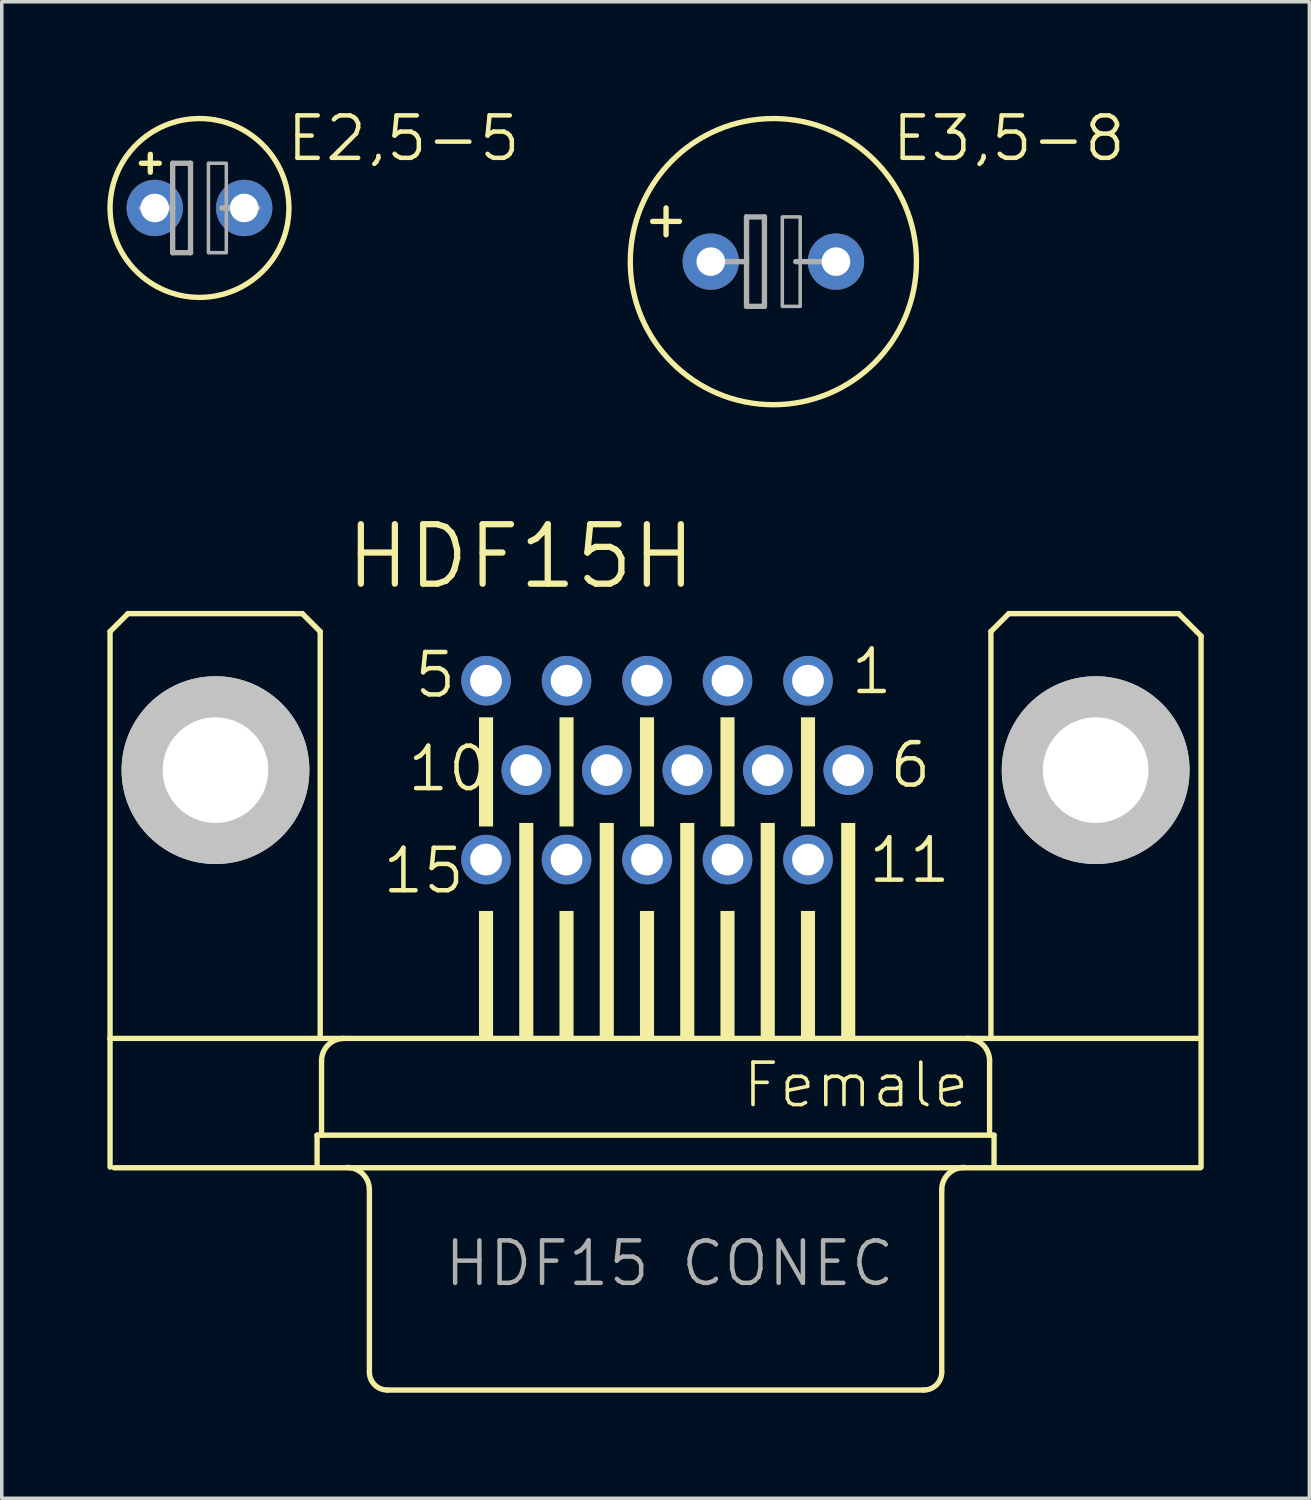
<source format=kicad_pcb>
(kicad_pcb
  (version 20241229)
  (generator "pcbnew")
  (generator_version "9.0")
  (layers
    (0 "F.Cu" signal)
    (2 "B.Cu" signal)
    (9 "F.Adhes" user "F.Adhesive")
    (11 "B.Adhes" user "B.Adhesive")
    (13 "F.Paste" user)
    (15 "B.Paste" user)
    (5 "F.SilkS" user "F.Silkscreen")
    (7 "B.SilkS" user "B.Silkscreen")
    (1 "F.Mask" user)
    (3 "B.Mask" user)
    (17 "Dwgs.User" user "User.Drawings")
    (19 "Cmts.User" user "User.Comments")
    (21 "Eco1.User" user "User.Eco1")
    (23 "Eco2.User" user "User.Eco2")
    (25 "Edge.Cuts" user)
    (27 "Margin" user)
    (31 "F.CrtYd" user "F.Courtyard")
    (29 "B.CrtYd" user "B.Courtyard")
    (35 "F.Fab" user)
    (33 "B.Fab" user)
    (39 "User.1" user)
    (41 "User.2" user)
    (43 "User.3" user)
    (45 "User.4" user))
  (footprint "HDF15H"
    (layer "F.Cu")
    (at 15.57 18.824)
    (property "Reference" "HDF15H" (at -8.89 -5.08 0) (layer "F.SilkS") (effects (font (size 1.689 1.689) (thickness 0.178)) (justify left bottom)))
    (attr through_hole)
    (fp_line (start -15.494 -3.937) (end -15.494 7.62) (stroke (width 0.152) (type solid)) (layer "F.SilkS"))
    (fp_line (start -15.494 11.276) (end -15.494 7.62) (stroke (width 0.152) (type solid)) (layer "F.SilkS"))
    (fp_line (start -14.986 -4.445) (end -15.494 -3.937) (stroke (width 0.152) (type solid)) (layer "F.SilkS"))
    (fp_line (start -10.033 -4.445) (end -14.986 -4.445) (stroke (width 0.152) (type solid)) (layer "F.SilkS"))
    (fp_line (start -9.614 10.368) (end -9.614 11.276) (stroke (width 0.152) (type solid)) (layer "F.SilkS"))
    (fp_line (start -9.525 -3.937) (end -10.033 -4.445) (stroke (width 0.152) (type solid)) (layer "F.SilkS"))
    (fp_line (start -9.525 -3.937) (end -9.525 7.62) (stroke (width 0.152) (type solid)) (layer "F.SilkS"))
    (fp_line (start -9.487 8.255) (end -9.487 10.368) (stroke (width 0.152) (type solid)) (layer "F.SilkS"))
    (fp_line (start -9.487 10.368) (end -9.614 10.368) (stroke (width 0.152) (type solid)) (layer "F.SilkS"))
    (fp_line (start -8.128 11.919) (end -8.128 17.099) (stroke (width 0.152) (type solid)) (layer "F.SilkS"))
    (fp_line (start 7.62 17.607) (end -7.62 17.607) (stroke (width 0.152) (type solid)) (layer "F.SilkS"))
    (fp_line (start 8.128 11.919) (end 8.128 17.099) (stroke (width 0.152) (type solid)) (layer "F.SilkS"))
    (fp_line (start 9.487 8.255) (end 9.487 10.368) (stroke (width 0.152) (type solid)) (layer "F.SilkS"))
    (fp_line (start 9.487 10.368) (end -9.487 10.368) (stroke (width 0.152) (type solid)) (layer "F.SilkS"))
    (fp_line (start 9.525 -3.937) (end 9.525 7.62) (stroke (width 0.152) (type solid)) (layer "F.SilkS"))
    (fp_line (start 9.614 10.368) (end 9.487 10.368) (stroke (width 0.152) (type solid)) (layer "F.SilkS"))
    (fp_line (start 9.614 10.368) (end 9.614 11.276) (stroke (width 0.152) (type solid)) (layer "F.SilkS"))
    (fp_line (start 10.033 -4.445) (end 9.525 -3.937) (stroke (width 0.152) (type solid)) (layer "F.SilkS"))
    (fp_line (start 10.033 -4.445) (end 14.859 -4.445) (stroke (width 0.152) (type solid)) (layer "F.SilkS"))
    (fp_line (start 14.859 -4.445) (end 15.494 -3.81) (stroke (width 0.152) (type solid)) (layer "F.SilkS"))
    (fp_line (start 15.475 7.62) (end -15.494 7.62) (stroke (width 0.152) (type solid)) (layer "F.SilkS"))
    (fp_line (start 15.476 11.294) (end -15.38 11.294) (stroke (width 0.152) (type solid)) (layer "F.SilkS"))
    (fp_line (start 15.494 -3.81) (end 15.494 11.276) (stroke (width 0.152) (type solid)) (layer "F.SilkS"))
    (fp_arc (start -9.487 8.255) (mid -9.301013 7.805987) (end -8.852 7.62) (stroke (width 0.1524) (type solid)) (layer "F.SilkS"))
    (fp_arc (start -8.763 11.284) (mid -8.313987 11.469987) (end -8.128 11.919) (stroke (width 0.1524) (type solid)) (layer "F.SilkS"))
    (fp_arc (start -7.62 17.607) (mid -7.97921 17.45821) (end -8.128 17.099) (stroke (width 0.1524) (type solid)) (layer "F.SilkS"))
    (fp_arc (start 8.128 11.919) (mid 8.313987 11.469987) (end 8.763 11.284) (stroke (width 0.1524) (type solid)) (layer "F.SilkS"))
    (fp_arc (start 8.128 17.099) (mid 7.97921 17.45821) (end 7.62 17.607) (stroke (width 0.1524) (type solid)) (layer "F.SilkS"))
    (fp_arc (start 8.852 7.62) (mid 9.301013 7.805987) (end 9.487 8.255) (stroke (width 0.1524) (type solid)) (layer "F.SilkS"))
    (fp_circle (center -12.5 0) (end -10.849 0) (stroke (width 0.152) (type solid)) (fill no) (layer "F.SilkS"))
    (fp_circle (center 12.5 0) (end 14.151 0) (stroke (width 0.152) (type solid)) (fill no) (layer "F.SilkS"))
    (fp_poly (pts (xy -5.015 1.6) (xy -4.615 1.6) (xy -4.615 -1.5) (xy -5.015 -1.5)) (stroke (width 0) (type solid)) (fill yes) (layer "F.SilkS"))
    (fp_poly (pts (xy -5.015 7.6) (xy -4.615 7.6) (xy -4.615 4) (xy -5.015 4)) (stroke (width 0) (type solid)) (fill yes) (layer "F.SilkS"))
    (fp_poly (pts (xy -3.872 7.6) (xy -3.472 7.6) (xy -3.472 1.5) (xy -3.872 1.5)) (stroke (width 0) (type solid)) (fill yes) (layer "F.SilkS"))
    (fp_poly (pts (xy -2.729 1.6) (xy -2.329 1.6) (xy -2.329 -1.5) (xy -2.729 -1.5)) (stroke (width 0) (type solid)) (fill yes) (layer "F.SilkS"))
    (fp_poly (pts (xy -2.729 7.6) (xy -2.329 7.6) (xy -2.329 4) (xy -2.729 4)) (stroke (width 0) (type solid)) (fill yes) (layer "F.SilkS"))
    (fp_poly (pts (xy -1.586 7.6) (xy -1.186 7.6) (xy -1.186 1.5) (xy -1.586 1.5)) (stroke (width 0) (type solid)) (fill yes) (layer "F.SilkS"))
    (fp_poly (pts (xy -0.443 1.6) (xy -0.043 1.6) (xy -0.043 -1.5) (xy -0.443 -1.5)) (stroke (width 0) (type solid)) (fill yes) (layer "F.SilkS"))
    (fp_poly (pts (xy -0.443 7.6) (xy -0.043 7.6) (xy -0.043 4) (xy -0.443 4)) (stroke (width 0) (type solid)) (fill yes) (layer "F.SilkS"))
    (fp_poly (pts (xy 0.7 7.6) (xy 1.1 7.6) (xy 1.1 1.5) (xy 0.7 1.5)) (stroke (width 0) (type solid)) (fill yes) (layer "F.SilkS"))
    (fp_poly (pts (xy 1.843 1.6) (xy 2.243 1.6) (xy 2.243 -1.5) (xy 1.843 -1.5)) (stroke (width 0) (type solid)) (fill yes) (layer "F.SilkS"))
    (fp_poly (pts (xy 1.843 7.6) (xy 2.243 7.6) (xy 2.243 4) (xy 1.843 4)) (stroke (width 0) (type solid)) (fill yes) (layer "F.SilkS"))
    (fp_poly (pts (xy 2.986 7.6) (xy 3.386 7.6) (xy 3.386 1.5) (xy 2.986 1.5)) (stroke (width 0) (type solid)) (fill yes) (layer "F.SilkS"))
    (fp_poly (pts (xy 4.129 1.6) (xy 4.529 1.6) (xy 4.529 -1.5) (xy 4.129 -1.5)) (stroke (width 0) (type solid)) (fill yes) (layer "F.SilkS"))
    (fp_poly (pts (xy 4.129 7.6) (xy 4.529 7.6) (xy 4.529 4) (xy 4.129 4)) (stroke (width 0) (type solid)) (fill yes) (layer "F.SilkS"))
    (fp_poly (pts (xy 5.272 7.6) (xy 5.672 7.6) (xy 5.672 1.5) (xy 5.272 1.5)) (stroke (width 0) (type solid)) (fill yes) (layer "F.SilkS"))
    (fp_circle (center -12.5 0) (end -9.833 0) (stroke (width 0) (type solid)) (fill yes) (layer "Dwgs.User"))
    (fp_circle (center -12.5 0) (end -9.833 0) (stroke (width 0) (type solid)) (fill yes) (layer "Dwgs.User"))
    (fp_circle (center 12.5 0) (end 15.167 0) (stroke (width 0) (type solid)) (fill yes) (layer "Dwgs.User"))
    (fp_circle (center 12.5 0) (end 15.167 0) (stroke (width 0) (type solid)) (fill yes) (layer "Dwgs.User"))
    (fp_text user "Female" (at 2.413 9.652 0) (layer "F.SilkS") (effects (font (size 1.206 1.206) (thickness 0.102)) (justify left bottom)))
    (fp_text user "1" (at 5.48 -2.095 0) (layer "F.SilkS") (effects (font (size 1.206 1.206) (thickness 0.127)) (justify left bottom)))
    (fp_text user "15" (at -7.82 3.565 0) (layer "F.SilkS") (effects (font (size 1.206 1.206) (thickness 0.127)) (justify left bottom)))
    (fp_text user "6" (at 6.58 0.565 0) (layer "F.SilkS") (effects (font (size 1.206 1.206) (thickness 0.127)) (justify left bottom)))
    (fp_text user "11" (at 5.98 3.265 0) (layer "F.SilkS") (effects (font (size 1.206 1.206) (thickness 0.127)) (justify left bottom)))
    (fp_text user "10" (at -7.115 0.665 0) (layer "F.SilkS") (effects (font (size 1.206 1.206) (thickness 0.127)) (justify left bottom)))
    (fp_text user "5" (at -6.915 -1.995 0) (layer "F.SilkS") (effects (font (size 1.206 1.206) (thickness 0.127)) (justify left bottom)))
    (fp_text user "HDF15 CONEC" (at -6.064 14.717 0) (layer "F.Fab") (effects (font (size 1.206 1.206) (thickness 0.127)) (justify left bottom)))
    (pad "" np_thru_hole circle (at -12.5 0) (size 3 3) (drill 3) (layers "*.Cu"))
    (pad "" np_thru_hole circle (at 12.5 0) (size 3 3) (drill 3) (layers "*.Cu"))
    (pad "1" thru_hole circle (at 4.329 -2.54) (size 1.408 1.408) (drill 0.9) (layers "*.Cu" "*.Mask"))
    (pad "2" thru_hole circle (at 2.043 -2.54) (size 1.408 1.408) (drill 0.9) (layers "*.Cu" "*.Mask"))
    (pad "3" thru_hole circle (at -0.243 -2.54) (size 1.408 1.408) (drill 0.9) (layers "*.Cu" "*.Mask"))
    (pad "4" thru_hole circle (at -2.529 -2.54) (size 1.408 1.408) (drill 0.9) (layers "*.Cu" "*.Mask"))
    (pad "5" thru_hole circle (at -4.815 -2.54) (size 1.408 1.408) (drill 0.9) (layers "*.Cu" "*.Mask"))
    (pad "6" thru_hole circle (at 5.472 0) (size 1.408 1.408) (drill 0.9) (layers "*.Cu" "*.Mask"))
    (pad "7" thru_hole circle (at 3.186 0) (size 1.408 1.408) (drill 0.9) (layers "*.Cu" "*.Mask"))
    (pad "8" thru_hole circle (at 0.9 0) (size 1.408 1.408) (drill 0.9) (layers "*.Cu" "*.Mask"))
    (pad "9" thru_hole circle (at -1.386 0) (size 1.408 1.408) (drill 0.9) (layers "*.Cu" "*.Mask"))
    (pad "10" thru_hole circle (at -3.672 0) (size 1.408 1.408) (drill 0.9) (layers "*.Cu" "*.Mask"))
    (pad "11" thru_hole circle (at 4.329 2.54) (size 1.408 1.408) (drill 0.9) (layers "*.Cu" "*.Mask"))
    (pad "12" thru_hole circle (at 2.043 2.54) (size 1.408 1.408) (drill 0.9) (layers "*.Cu" "*.Mask"))
    (pad "13" thru_hole circle (at -0.243 2.54) (size 1.408 1.408) (drill 0.9) (layers "*.Cu" "*.Mask"))
    (pad "14" thru_hole circle (at -2.529 2.54) (size 1.408 1.408) (drill 0.9) (layers "*.Cu" "*.Mask"))
    (pad "15" thru_hole circle (at -4.815 2.54) (size 1.408 1.408) (drill 0.9) (layers "*.Cu" "*.Mask")))
  (footprint "E2,5-5"
    (layer "F.Cu")
    (at 2.616 2.857)
    (property "Reference" "E2,5-5" (at 2.413 -1.27 0) (layer "F.SilkS") (effects (font (size 1.206 1.206) (thickness 0.127)) (justify left bottom)))
    (attr through_hole)
    (fp_line (start -1.651 -1.27) (end -1.397 -1.27) (stroke (width 0.152) (type solid)) (layer "F.SilkS"))
    (fp_line (start -1.397 -1.27) (end -1.397 -1.524) (stroke (width 0.152) (type solid)) (layer "F.SilkS"))
    (fp_line (start -1.397 -1.27) (end -1.143 -1.27) (stroke (width 0.152) (type solid)) (layer "F.SilkS"))
    (fp_line (start -1.397 -1.016) (end -1.397 -1.27) (stroke (width 0.152) (type solid)) (layer "F.SilkS"))
    (fp_circle (center 0 0) (end 2.54 0) (stroke (width 0.152) (type solid)) (fill no) (layer "F.SilkS"))
    (fp_line (start -1.651 0) (end -0.762 0) (stroke (width 0.152) (type solid)) (layer "F.Fab"))
    (fp_line (start -0.762 -1.27) (end -0.762 0) (stroke (width 0.152) (type solid)) (layer "F.Fab"))
    (fp_line (start -0.762 0) (end -0.762 1.27) (stroke (width 0.152) (type solid)) (layer "F.Fab"))
    (fp_line (start -0.762 1.27) (end -0.254 1.27) (stroke (width 0.152) (type solid)) (layer "F.Fab"))
    (fp_line (start -0.254 -1.27) (end -0.762 -1.27) (stroke (width 0.152) (type solid)) (layer "F.Fab"))
    (fp_line (start -0.254 1.27) (end -0.254 -1.27) (stroke (width 0.152) (type solid)) (layer "F.Fab"))
    (fp_line (start 0.635 0) (end 1.651 0) (stroke (width 0.152) (type solid)) (layer "F.Fab"))
    (fp_poly (pts (xy 0.254 1.27) (xy 0.762 1.27) (xy 0.762 -1.27) (xy 0.254 -1.27)) (stroke (width 0.1) (type solid)) (fill no) (layer "F.Fab"))
    (pad "+" thru_hole circle (at -1.27 0) (size 1.6 1.6) (drill 0.813) (layers "*.Cu" "*.Mask"))
    (pad "-" thru_hole circle (at 1.27 0) (size 1.6 1.6) (drill 0.813) (layers "*.Cu" "*.Mask")))
  (footprint "E3,5-8"
    (layer "F.Cu")
    (at 18.916 4.381)
    (property "Reference" "E3,5-8" (at 3.302 -2.794 0) (layer "F.SilkS") (effects (font (size 1.206 1.206) (thickness 0.127)) (justify left bottom)))
    (attr through_hole)
    (fp_line (start -3.429 -1.143) (end -2.667 -1.143) (stroke (width 0.152) (type solid)) (layer "F.SilkS"))
    (fp_line (start -3.048 -0.762) (end -3.048 -1.524) (stroke (width 0.152) (type solid)) (layer "F.SilkS"))
    (fp_circle (center 0 0) (end 4.064 0) (stroke (width 0.152) (type solid)) (fill no) (layer "F.SilkS"))
    (fp_line (start -1.651 0) (end -0.762 0) (stroke (width 0.152) (type solid)) (layer "F.Fab"))
    (fp_line (start -0.762 -1.27) (end -0.762 0) (stroke (width 0.152) (type solid)) (layer "F.Fab"))
    (fp_line (start -0.762 0) (end -0.762 1.27) (stroke (width 0.152) (type solid)) (layer "F.Fab"))
    (fp_line (start -0.762 1.27) (end -0.254 1.27) (stroke (width 0.152) (type solid)) (layer "F.Fab"))
    (fp_line (start -0.254 -1.27) (end -0.762 -1.27) (stroke (width 0.152) (type solid)) (layer "F.Fab"))
    (fp_line (start -0.254 1.27) (end -0.254 -1.27) (stroke (width 0.152) (type solid)) (layer "F.Fab"))
    (fp_line (start 0.635 0) (end 1.651 0) (stroke (width 0.152) (type solid)) (layer "F.Fab"))
    (fp_poly (pts (xy 0.254 1.27) (xy 0.762 1.27) (xy 0.762 -1.27) (xy 0.254 -1.27)) (stroke (width 0.1) (type solid)) (fill no) (layer "F.Fab"))
    (pad "+" thru_hole circle (at -1.778 0) (size 1.6 1.6) (drill 0.813) (layers "*.Cu" "*.Mask"))
    (pad "-" thru_hole circle (at 1.778 0) (size 1.6 1.6) (drill 0.813) (layers "*.Cu" "*.Mask")))
  (gr_rect
    (start -3 -3)
    (end 34.14 39.507)
    (stroke (width 0.1) (type default))
    (fill no)
    (layer "Edge.Cuts")))
</source>
